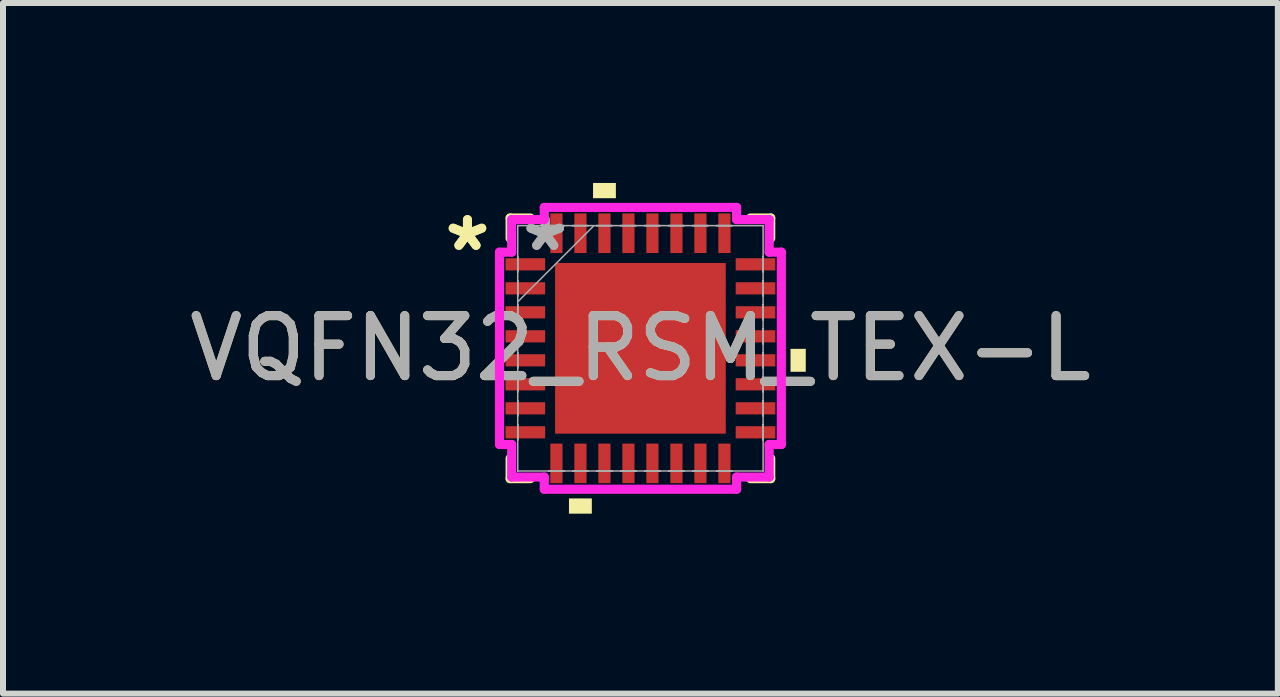
<source format=kicad_pcb>
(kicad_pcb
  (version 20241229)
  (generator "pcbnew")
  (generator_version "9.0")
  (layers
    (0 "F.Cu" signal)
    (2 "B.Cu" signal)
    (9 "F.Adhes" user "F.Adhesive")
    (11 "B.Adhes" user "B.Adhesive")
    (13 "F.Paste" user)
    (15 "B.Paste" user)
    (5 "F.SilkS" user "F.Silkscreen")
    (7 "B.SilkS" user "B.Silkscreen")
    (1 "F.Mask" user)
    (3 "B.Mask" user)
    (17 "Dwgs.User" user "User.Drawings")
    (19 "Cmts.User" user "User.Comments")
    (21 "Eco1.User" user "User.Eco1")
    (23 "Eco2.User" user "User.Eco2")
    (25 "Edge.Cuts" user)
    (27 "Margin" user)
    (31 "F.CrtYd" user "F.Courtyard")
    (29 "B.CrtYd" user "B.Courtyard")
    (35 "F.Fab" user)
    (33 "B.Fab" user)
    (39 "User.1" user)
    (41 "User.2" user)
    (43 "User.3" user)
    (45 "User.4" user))
  (footprint "VQFN32_RSM_TEX-L"
    (layer "F.Cu")
    (at 7.625 2.756)
    (property "Reference" "VQFN32_RSM_TEX-L" (at 0 0 0) (unlocked yes) (layer "F.SilkS") (effects (font (size 1 1) (thickness 0.15))))
    (attr smd)
    (fp_line (start -2.172 -2.172) (end -2.172 -1.834) (stroke (width 0.152) (type solid)) (layer "F.SilkS"))
    (fp_line (start -2.172 1.834) (end -2.172 2.172) (stroke (width 0.152) (type solid)) (layer "F.SilkS"))
    (fp_line (start -2.172 2.172) (end -1.834 2.172) (stroke (width 0.152) (type solid)) (layer "F.SilkS"))
    (fp_line (start -1.834 -2.172) (end -2.172 -2.172) (stroke (width 0.152) (type solid)) (layer "F.SilkS"))
    (fp_line (start 1.834 2.172) (end 2.172 2.172) (stroke (width 0.152) (type solid)) (layer "F.SilkS"))
    (fp_line (start 2.172 -2.172) (end 1.834 -2.172) (stroke (width 0.152) (type solid)) (layer "F.SilkS"))
    (fp_line (start 2.172 -1.834) (end 2.172 -2.172) (stroke (width 0.152) (type solid)) (layer "F.SilkS"))
    (fp_line (start 2.172 2.172) (end 2.172 1.834) (stroke (width 0.152) (type solid)) (layer "F.SilkS"))
    (fp_poly (pts (xy -1.191 2.502) (xy -1.191 2.756) (xy -0.81 2.756) (xy -0.81 2.502)) (stroke (width 0) (type solid)) (fill yes) (layer "F.SilkS"))
    (fp_poly (pts (xy -0.79 -2.502) (xy -0.79 -2.756) (xy -0.409 -2.756) (xy -0.409 -2.502)) (stroke (width 0) (type solid)) (fill yes) (layer "F.SilkS"))
    (fp_poly (pts (xy 2.756 0.009) (xy 2.756 0.391) (xy 2.502 0.391) (xy 2.502 0.009)) (stroke (width 0) (type solid)) (fill yes) (layer "F.SilkS"))
    (fp_poly (pts (xy -1.322 -1.322) (xy -1.322 -0.1) (xy -0.1 -0.1) (xy -0.1 -1.322)) (stroke (width 0) (type solid)) (fill yes) (layer "F.Paste"))
    (fp_poly (pts (xy -1.322 0.1) (xy -1.322 1.322) (xy -0.1 1.322) (xy -0.1 0.1)) (stroke (width 0) (type solid)) (fill yes) (layer "F.Paste"))
    (fp_poly (pts (xy 0.1 -1.322) (xy 0.1 -0.1) (xy 1.322 -0.1) (xy 1.322 -1.322)) (stroke (width 0) (type solid)) (fill yes) (layer "F.Paste"))
    (fp_poly (pts (xy 0.1 0.1) (xy 0.1 1.322) (xy 1.322 1.322) (xy 1.322 0.1)) (stroke (width 0) (type solid)) (fill yes) (layer "F.Paste"))
    (fp_line (start -2.349 -1.603) (end -2.146 -1.603) (stroke (width 0.152) (type solid)) (layer "F.CrtYd"))
    (fp_line (start -2.349 1.603) (end -2.349 -1.603) (stroke (width 0.152) (type solid)) (layer "F.CrtYd"))
    (fp_line (start -2.146 -2.146) (end -1.603 -2.146) (stroke (width 0.152) (type solid)) (layer "F.CrtYd"))
    (fp_line (start -2.146 -1.603) (end -2.146 -2.146) (stroke (width 0.152) (type solid)) (layer "F.CrtYd"))
    (fp_line (start -2.146 1.603) (end -2.349 1.603) (stroke (width 0.152) (type solid)) (layer "F.CrtYd"))
    (fp_line (start -2.146 2.146) (end -2.146 1.603) (stroke (width 0.152) (type solid)) (layer "F.CrtYd"))
    (fp_line (start -1.603 -2.349) (end 1.603 -2.349) (stroke (width 0.152) (type solid)) (layer "F.CrtYd"))
    (fp_line (start -1.603 -2.146) (end -1.603 -2.349) (stroke (width 0.152) (type solid)) (layer "F.CrtYd"))
    (fp_line (start -1.603 2.146) (end -2.146 2.146) (stroke (width 0.152) (type solid)) (layer "F.CrtYd"))
    (fp_line (start -1.603 2.349) (end -1.603 2.146) (stroke (width 0.152) (type solid)) (layer "F.CrtYd"))
    (fp_line (start 1.603 -2.349) (end 1.603 -2.146) (stroke (width 0.152) (type solid)) (layer "F.CrtYd"))
    (fp_line (start 1.603 -2.146) (end 2.146 -2.146) (stroke (width 0.152) (type solid)) (layer "F.CrtYd"))
    (fp_line (start 1.603 2.146) (end 1.603 2.349) (stroke (width 0.152) (type solid)) (layer "F.CrtYd"))
    (fp_line (start 1.603 2.349) (end -1.603 2.349) (stroke (width 0.152) (type solid)) (layer "F.CrtYd"))
    (fp_line (start 2.146 -2.146) (end 2.146 -1.603) (stroke (width 0.152) (type solid)) (layer "F.CrtYd"))
    (fp_line (start 2.146 -1.603) (end 2.349 -1.603) (stroke (width 0.152) (type solid)) (layer "F.CrtYd"))
    (fp_line (start 2.146 1.603) (end 2.146 2.146) (stroke (width 0.152) (type solid)) (layer "F.CrtYd"))
    (fp_line (start 2.146 2.146) (end 1.603 2.146) (stroke (width 0.152) (type solid)) (layer "F.CrtYd"))
    (fp_line (start 2.349 -1.603) (end 2.349 1.603) (stroke (width 0.152) (type solid)) (layer "F.CrtYd"))
    (fp_line (start 2.349 1.603) (end 2.146 1.603) (stroke (width 0.152) (type solid)) (layer "F.CrtYd"))
    (fp_line (start -2.045 -2.045) (end -2.045 -2.045) (stroke (width 0.025) (type solid)) (layer "F.Fab"))
    (fp_line (start -2.045 -2.045) (end -2.045 2.045) (stroke (width 0.025) (type solid)) (layer "F.Fab"))
    (fp_line (start -2.045 -1.527) (end -2.045 -1.527) (stroke (width 0.025) (type solid)) (layer "F.Fab"))
    (fp_line (start -2.045 -1.527) (end -2.045 -1.273) (stroke (width 0.025) (type solid)) (layer "F.Fab"))
    (fp_line (start -2.045 -1.273) (end -2.045 -1.527) (stroke (width 0.025) (type solid)) (layer "F.Fab"))
    (fp_line (start -2.045 -1.273) (end -2.045 -1.273) (stroke (width 0.025) (type solid)) (layer "F.Fab"))
    (fp_line (start -2.045 -1.127) (end -2.045 -1.127) (stroke (width 0.025) (type solid)) (layer "F.Fab"))
    (fp_line (start -2.045 -1.127) (end -2.045 -0.873) (stroke (width 0.025) (type solid)) (layer "F.Fab"))
    (fp_line (start -2.045 -0.873) (end -2.045 -1.127) (stroke (width 0.025) (type solid)) (layer "F.Fab"))
    (fp_line (start -2.045 -0.873) (end -2.045 -0.873) (stroke (width 0.025) (type solid)) (layer "F.Fab"))
    (fp_line (start -2.045 -0.775) (end -0.775 -2.045) (stroke (width 0.025) (type solid)) (layer "F.Fab"))
    (fp_line (start -2.045 -0.727) (end -2.045 -0.727) (stroke (width 0.025) (type solid)) (layer "F.Fab"))
    (fp_line (start -2.045 -0.727) (end -2.045 -0.473) (stroke (width 0.025) (type solid)) (layer "F.Fab"))
    (fp_line (start -2.045 -0.473) (end -2.045 -0.727) (stroke (width 0.025) (type solid)) (layer "F.Fab"))
    (fp_line (start -2.045 -0.473) (end -2.045 -0.473) (stroke (width 0.025) (type solid)) (layer "F.Fab"))
    (fp_line (start -2.045 -0.327) (end -2.045 -0.327) (stroke (width 0.025) (type solid)) (layer "F.Fab"))
    (fp_line (start -2.045 -0.327) (end -2.045 -0.073) (stroke (width 0.025) (type solid)) (layer "F.Fab"))
    (fp_line (start -2.045 -0.073) (end -2.045 -0.327) (stroke (width 0.025) (type solid)) (layer "F.Fab"))
    (fp_line (start -2.045 -0.073) (end -2.045 -0.073) (stroke (width 0.025) (type solid)) (layer "F.Fab"))
    (fp_line (start -2.045 0.073) (end -2.045 0.073) (stroke (width 0.025) (type solid)) (layer "F.Fab"))
    (fp_line (start -2.045 0.073) (end -2.045 0.327) (stroke (width 0.025) (type solid)) (layer "F.Fab"))
    (fp_line (start -2.045 0.327) (end -2.045 0.073) (stroke (width 0.025) (type solid)) (layer "F.Fab"))
    (fp_line (start -2.045 0.327) (end -2.045 0.327) (stroke (width 0.025) (type solid)) (layer "F.Fab"))
    (fp_line (start -2.045 0.473) (end -2.045 0.473) (stroke (width 0.025) (type solid)) (layer "F.Fab"))
    (fp_line (start -2.045 0.473) (end -2.045 0.727) (stroke (width 0.025) (type solid)) (layer "F.Fab"))
    (fp_line (start -2.045 0.727) (end -2.045 0.473) (stroke (width 0.025) (type solid)) (layer "F.Fab"))
    (fp_line (start -2.045 0.727) (end -2.045 0.727) (stroke (width 0.025) (type solid)) (layer "F.Fab"))
    (fp_line (start -2.045 0.873) (end -2.045 0.873) (stroke (width 0.025) (type solid)) (layer "F.Fab"))
    (fp_line (start -2.045 0.873) (end -2.045 1.127) (stroke (width 0.025) (type solid)) (layer "F.Fab"))
    (fp_line (start -2.045 1.127) (end -2.045 0.873) (stroke (width 0.025) (type solid)) (layer "F.Fab"))
    (fp_line (start -2.045 1.127) (end -2.045 1.127) (stroke (width 0.025) (type solid)) (layer "F.Fab"))
    (fp_line (start -2.045 1.273) (end -2.045 1.273) (stroke (width 0.025) (type solid)) (layer "F.Fab"))
    (fp_line (start -2.045 1.273) (end -2.045 1.527) (stroke (width 0.025) (type solid)) (layer "F.Fab"))
    (fp_line (start -2.045 1.527) (end -2.045 1.273) (stroke (width 0.025) (type solid)) (layer "F.Fab"))
    (fp_line (start -2.045 1.527) (end -2.045 1.527) (stroke (width 0.025) (type solid)) (layer "F.Fab"))
    (fp_line (start -2.045 2.045) (end -2.045 2.045) (stroke (width 0.025) (type solid)) (layer "F.Fab"))
    (fp_line (start -2.045 2.045) (end 2.045 2.045) (stroke (width 0.025) (type solid)) (layer "F.Fab"))
    (fp_line (start -1.527 -2.045) (end -1.527 -2.045) (stroke (width 0.025) (type solid)) (layer "F.Fab"))
    (fp_line (start -1.527 -2.045) (end -1.273 -2.045) (stroke (width 0.025) (type solid)) (layer "F.Fab"))
    (fp_line (start -1.527 2.045) (end -1.527 2.045) (stroke (width 0.025) (type solid)) (layer "F.Fab"))
    (fp_line (start -1.527 2.045) (end -1.273 2.045) (stroke (width 0.025) (type solid)) (layer "F.Fab"))
    (fp_line (start -1.273 -2.045) (end -1.527 -2.045) (stroke (width 0.025) (type solid)) (layer "F.Fab"))
    (fp_line (start -1.273 -2.045) (end -1.273 -2.045) (stroke (width 0.025) (type solid)) (layer "F.Fab"))
    (fp_line (start -1.273 2.045) (end -1.527 2.045) (stroke (width 0.025) (type solid)) (layer "F.Fab"))
    (fp_line (start -1.273 2.045) (end -1.273 2.045) (stroke (width 0.025) (type solid)) (layer "F.Fab"))
    (fp_line (start -1.127 -2.045) (end -1.127 -2.045) (stroke (width 0.025) (type solid)) (layer "F.Fab"))
    (fp_line (start -1.127 -2.045) (end -0.873 -2.045) (stroke (width 0.025) (type solid)) (layer "F.Fab"))
    (fp_line (start -1.127 2.045) (end -1.127 2.045) (stroke (width 0.025) (type solid)) (layer "F.Fab"))
    (fp_line (start -1.127 2.045) (end -0.873 2.045) (stroke (width 0.025) (type solid)) (layer "F.Fab"))
    (fp_line (start -0.873 -2.045) (end -1.127 -2.045) (stroke (width 0.025) (type solid)) (layer "F.Fab"))
    (fp_line (start -0.873 -2.045) (end -0.873 -2.045) (stroke (width 0.025) (type solid)) (layer "F.Fab"))
    (fp_line (start -0.873 2.045) (end -1.127 2.045) (stroke (width 0.025) (type solid)) (layer "F.Fab"))
    (fp_line (start -0.873 2.045) (end -0.873 2.045) (stroke (width 0.025) (type solid)) (layer "F.Fab"))
    (fp_line (start -0.727 -2.045) (end -0.727 -2.045) (stroke (width 0.025) (type solid)) (layer "F.Fab"))
    (fp_line (start -0.727 -2.045) (end -0.473 -2.045) (stroke (width 0.025) (type solid)) (layer "F.Fab"))
    (fp_line (start -0.727 2.045) (end -0.727 2.045) (stroke (width 0.025) (type solid)) (layer "F.Fab"))
    (fp_line (start -0.727 2.045) (end -0.473 2.045) (stroke (width 0.025) (type solid)) (layer "F.Fab"))
    (fp_line (start -0.473 -2.045) (end -0.727 -2.045) (stroke (width 0.025) (type solid)) (layer "F.Fab"))
    (fp_line (start -0.473 -2.045) (end -0.473 -2.045) (stroke (width 0.025) (type solid)) (layer "F.Fab"))
    (fp_line (start -0.473 2.045) (end -0.727 2.045) (stroke (width 0.025) (type solid)) (layer "F.Fab"))
    (fp_line (start -0.473 2.045) (end -0.473 2.045) (stroke (width 0.025) (type solid)) (layer "F.Fab"))
    (fp_line (start -0.327 -2.045) (end -0.327 -2.045) (stroke (width 0.025) (type solid)) (layer "F.Fab"))
    (fp_line (start -0.327 -2.045) (end -0.073 -2.045) (stroke (width 0.025) (type solid)) (layer "F.Fab"))
    (fp_line (start -0.327 2.045) (end -0.327 2.045) (stroke (width 0.025) (type solid)) (layer "F.Fab"))
    (fp_line (start -0.327 2.045) (end -0.073 2.045) (stroke (width 0.025) (type solid)) (layer "F.Fab"))
    (fp_line (start -0.073 -2.045) (end -0.327 -2.045) (stroke (width 0.025) (type solid)) (layer "F.Fab"))
    (fp_line (start -0.073 -2.045) (end -0.073 -2.045) (stroke (width 0.025) (type solid)) (layer "F.Fab"))
    (fp_line (start -0.073 2.045) (end -0.327 2.045) (stroke (width 0.025) (type solid)) (layer "F.Fab"))
    (fp_line (start -0.073 2.045) (end -0.073 2.045) (stroke (width 0.025) (type solid)) (layer "F.Fab"))
    (fp_line (start 0.073 -2.045) (end 0.073 -2.045) (stroke (width 0.025) (type solid)) (layer "F.Fab"))
    (fp_line (start 0.073 -2.045) (end 0.327 -2.045) (stroke (width 0.025) (type solid)) (layer "F.Fab"))
    (fp_line (start 0.073 2.045) (end 0.073 2.045) (stroke (width 0.025) (type solid)) (layer "F.Fab"))
    (fp_line (start 0.073 2.045) (end 0.327 2.045) (stroke (width 0.025) (type solid)) (layer "F.Fab"))
    (fp_line (start 0.327 -2.045) (end 0.073 -2.045) (stroke (width 0.025) (type solid)) (layer "F.Fab"))
    (fp_line (start 0.327 -2.045) (end 0.327 -2.045) (stroke (width 0.025) (type solid)) (layer "F.Fab"))
    (fp_line (start 0.327 2.045) (end 0.073 2.045) (stroke (width 0.025) (type solid)) (layer "F.Fab"))
    (fp_line (start 0.327 2.045) (end 0.327 2.045) (stroke (width 0.025) (type solid)) (layer "F.Fab"))
    (fp_line (start 0.473 -2.045) (end 0.473 -2.045) (stroke (width 0.025) (type solid)) (layer "F.Fab"))
    (fp_line (start 0.473 -2.045) (end 0.727 -2.045) (stroke (width 0.025) (type solid)) (layer "F.Fab"))
    (fp_line (start 0.473 2.045) (end 0.473 2.045) (stroke (width 0.025) (type solid)) (layer "F.Fab"))
    (fp_line (start 0.473 2.045) (end 0.727 2.045) (stroke (width 0.025) (type solid)) (layer "F.Fab"))
    (fp_line (start 0.727 -2.045) (end 0.473 -2.045) (stroke (width 0.025) (type solid)) (layer "F.Fab"))
    (fp_line (start 0.727 -2.045) (end 0.727 -2.045) (stroke (width 0.025) (type solid)) (layer "F.Fab"))
    (fp_line (start 0.727 2.045) (end 0.473 2.045) (stroke (width 0.025) (type solid)) (layer "F.Fab"))
    (fp_line (start 0.727 2.045) (end 0.727 2.045) (stroke (width 0.025) (type solid)) (layer "F.Fab"))
    (fp_line (start 0.873 -2.045) (end 0.873 -2.045) (stroke (width 0.025) (type solid)) (layer "F.Fab"))
    (fp_line (start 0.873 -2.045) (end 1.127 -2.045) (stroke (width 0.025) (type solid)) (layer "F.Fab"))
    (fp_line (start 0.873 2.045) (end 0.873 2.045) (stroke (width 0.025) (type solid)) (layer "F.Fab"))
    (fp_line (start 0.873 2.045) (end 1.127 2.045) (stroke (width 0.025) (type solid)) (layer "F.Fab"))
    (fp_line (start 1.127 -2.045) (end 0.873 -2.045) (stroke (width 0.025) (type solid)) (layer "F.Fab"))
    (fp_line (start 1.127 -2.045) (end 1.127 -2.045) (stroke (width 0.025) (type solid)) (layer "F.Fab"))
    (fp_line (start 1.127 2.045) (end 0.873 2.045) (stroke (width 0.025) (type solid)) (layer "F.Fab"))
    (fp_line (start 1.127 2.045) (end 1.127 2.045) (stroke (width 0.025) (type solid)) (layer "F.Fab"))
    (fp_line (start 1.273 -2.045) (end 1.273 -2.045) (stroke (width 0.025) (type solid)) (layer "F.Fab"))
    (fp_line (start 1.273 -2.045) (end 1.527 -2.045) (stroke (width 0.025) (type solid)) (layer "F.Fab"))
    (fp_line (start 1.273 2.045) (end 1.273 2.045) (stroke (width 0.025) (type solid)) (layer "F.Fab"))
    (fp_line (start 1.273 2.045) (end 1.527 2.045) (stroke (width 0.025) (type solid)) (layer "F.Fab"))
    (fp_line (start 1.527 -2.045) (end 1.273 -2.045) (stroke (width 0.025) (type solid)) (layer "F.Fab"))
    (fp_line (start 1.527 -2.045) (end 1.527 -2.045) (stroke (width 0.025) (type solid)) (layer "F.Fab"))
    (fp_line (start 1.527 2.045) (end 1.273 2.045) (stroke (width 0.025) (type solid)) (layer "F.Fab"))
    (fp_line (start 1.527 2.045) (end 1.527 2.045) (stroke (width 0.025) (type solid)) (layer "F.Fab"))
    (fp_line (start 2.045 -2.045) (end -2.045 -2.045) (stroke (width 0.025) (type solid)) (layer "F.Fab"))
    (fp_line (start 2.045 -2.045) (end 2.045 -2.045) (stroke (width 0.025) (type solid)) (layer "F.Fab"))
    (fp_line (start 2.045 -1.527) (end 2.045 -1.527) (stroke (width 0.025) (type solid)) (layer "F.Fab"))
    (fp_line (start 2.045 -1.527) (end 2.045 -1.273) (stroke (width 0.025) (type solid)) (layer "F.Fab"))
    (fp_line (start 2.045 -1.273) (end 2.045 -1.527) (stroke (width 0.025) (type solid)) (layer "F.Fab"))
    (fp_line (start 2.045 -1.273) (end 2.045 -1.273) (stroke (width 0.025) (type solid)) (layer "F.Fab"))
    (fp_line (start 2.045 -1.127) (end 2.045 -1.127) (stroke (width 0.025) (type solid)) (layer "F.Fab"))
    (fp_line (start 2.045 -1.127) (end 2.045 -0.873) (stroke (width 0.025) (type solid)) (layer "F.Fab"))
    (fp_line (start 2.045 -0.873) (end 2.045 -1.127) (stroke (width 0.025) (type solid)) (layer "F.Fab"))
    (fp_line (start 2.045 -0.873) (end 2.045 -0.873) (stroke (width 0.025) (type solid)) (layer "F.Fab"))
    (fp_line (start 2.045 -0.727) (end 2.045 -0.727) (stroke (width 0.025) (type solid)) (layer "F.Fab"))
    (fp_line (start 2.045 -0.727) (end 2.045 -0.473) (stroke (width 0.025) (type solid)) (layer "F.Fab"))
    (fp_line (start 2.045 -0.473) (end 2.045 -0.727) (stroke (width 0.025) (type solid)) (layer "F.Fab"))
    (fp_line (start 2.045 -0.473) (end 2.045 -0.473) (stroke (width 0.025) (type solid)) (layer "F.Fab"))
    (fp_line (start 2.045 -0.327) (end 2.045 -0.327) (stroke (width 0.025) (type solid)) (layer "F.Fab"))
    (fp_line (start 2.045 -0.327) (end 2.045 -0.073) (stroke (width 0.025) (type solid)) (layer "F.Fab"))
    (fp_line (start 2.045 -0.073) (end 2.045 -0.327) (stroke (width 0.025) (type solid)) (layer "F.Fab"))
    (fp_line (start 2.045 -0.073) (end 2.045 -0.073) (stroke (width 0.025) (type solid)) (layer "F.Fab"))
    (fp_line (start 2.045 0.073) (end 2.045 0.073) (stroke (width 0.025) (type solid)) (layer "F.Fab"))
    (fp_line (start 2.045 0.073) (end 2.045 0.327) (stroke (width 0.025) (type solid)) (layer "F.Fab"))
    (fp_line (start 2.045 0.327) (end 2.045 0.073) (stroke (width 0.025) (type solid)) (layer "F.Fab"))
    (fp_line (start 2.045 0.327) (end 2.045 0.327) (stroke (width 0.025) (type solid)) (layer "F.Fab"))
    (fp_line (start 2.045 0.473) (end 2.045 0.473) (stroke (width 0.025) (type solid)) (layer "F.Fab"))
    (fp_line (start 2.045 0.473) (end 2.045 0.727) (stroke (width 0.025) (type solid)) (layer "F.Fab"))
    (fp_line (start 2.045 0.727) (end 2.045 0.473) (stroke (width 0.025) (type solid)) (layer "F.Fab"))
    (fp_line (start 2.045 0.727) (end 2.045 0.727) (stroke (width 0.025) (type solid)) (layer "F.Fab"))
    (fp_line (start 2.045 0.873) (end 2.045 0.873) (stroke (width 0.025) (type solid)) (layer "F.Fab"))
    (fp_line (start 2.045 0.873) (end 2.045 1.127) (stroke (width 0.025) (type solid)) (layer "F.Fab"))
    (fp_line (start 2.045 1.127) (end 2.045 0.873) (stroke (width 0.025) (type solid)) (layer "F.Fab"))
    (fp_line (start 2.045 1.127) (end 2.045 1.127) (stroke (width 0.025) (type solid)) (layer "F.Fab"))
    (fp_line (start 2.045 1.273) (end 2.045 1.273) (stroke (width 0.025) (type solid)) (layer "F.Fab"))
    (fp_line (start 2.045 1.273) (end 2.045 1.527) (stroke (width 0.025) (type solid)) (layer "F.Fab"))
    (fp_line (start 2.045 1.527) (end 2.045 1.273) (stroke (width 0.025) (type solid)) (layer "F.Fab"))
    (fp_line (start 2.045 1.527) (end 2.045 1.527) (stroke (width 0.025) (type solid)) (layer "F.Fab"))
    (fp_line (start 2.045 2.045) (end 2.045 -2.045) (stroke (width 0.025) (type solid)) (layer "F.Fab"))
    (fp_line (start 2.045 2.045) (end 2.045 2.045) (stroke (width 0.025) (type solid)) (layer "F.Fab"))
    (fp_text user "*" (at -2.883 -1.6 0) (unlocked yes) (layer "F.SilkS") (effects (font (size 1 1) (thickness 0.15))))
    (fp_text user "*" (at -2.883 -1.6 0) (layer "F.SilkS") (effects (font (size 1 1) (thickness 0.15))))
    (fp_text user "*" (at -1.587 -1.6 0) (layer "F.Fab") (effects (font (size 1 1) (thickness 0.15))))
    (fp_text user "*" (at -1.587 -1.6 0) (unlocked yes) (layer "F.Fab") (effects (font (size 1 1) (thickness 0.15))))
    (fp_text user "${REFERENCE}" (at 0 0 0) (unlocked yes) (layer "F.Fab") (effects (font (size 1 1) (thickness 0.15))))
    (pad "1" smd rect (at -1.918 -1.4 90) (size 0.203 0.66) (layers "F.Cu" "F.Mask" "F.Paste"))
    (pad "2" smd rect (at -1.918 -1 90) (size 0.203 0.66) (layers "F.Cu" "F.Mask" "F.Paste"))
    (pad "3" smd rect (at -1.918 -0.6 90) (size 0.203 0.66) (layers "F.Cu" "F.Mask" "F.Paste"))
    (pad "4" smd rect (at -1.918 -0.2 90) (size 0.203 0.66) (layers "F.Cu" "F.Mask" "F.Paste"))
    (pad "5" smd rect (at -1.918 0.2 90) (size 0.203 0.66) (layers "F.Cu" "F.Mask" "F.Paste"))
    (pad "6" smd rect (at -1.918 0.6 90) (size 0.203 0.66) (layers "F.Cu" "F.Mask" "F.Paste"))
    (pad "7" smd rect (at -1.918 1 90) (size 0.203 0.66) (layers "F.Cu" "F.Mask" "F.Paste"))
    (pad "8" smd rect (at -1.918 1.4 90) (size 0.203 0.66) (layers "F.Cu" "F.Mask" "F.Paste"))
    (pad "9" smd rect (at -1.4 1.918) (size 0.203 0.66) (layers "F.Cu" "F.Mask" "F.Paste"))
    (pad "10" smd rect (at -1 1.918) (size 0.203 0.66) (layers "F.Cu" "F.Mask" "F.Paste"))
    (pad "11" smd rect (at -0.6 1.918) (size 0.203 0.66) (layers "F.Cu" "F.Mask" "F.Paste"))
    (pad "12" smd rect (at -0.2 1.918) (size 0.203 0.66) (layers "F.Cu" "F.Mask" "F.Paste"))
    (pad "13" smd rect (at 0.2 1.918) (size 0.203 0.66) (layers "F.Cu" "F.Mask" "F.Paste"))
    (pad "14" smd rect (at 0.6 1.918) (size 0.203 0.66) (layers "F.Cu" "F.Mask" "F.Paste"))
    (pad "15" smd rect (at 1 1.918) (size 0.203 0.66) (layers "F.Cu" "F.Mask" "F.Paste"))
    (pad "16" smd rect (at 1.4 1.918) (size 0.203 0.66) (layers "F.Cu" "F.Mask" "F.Paste"))
    (pad "17" smd rect (at 1.918 1.4 90) (size 0.203 0.66) (layers "F.Cu" "F.Mask" "F.Paste"))
    (pad "18" smd rect (at 1.918 1 90) (size 0.203 0.66) (layers "F.Cu" "F.Mask" "F.Paste"))
    (pad "19" smd rect (at 1.918 0.6 90) (size 0.203 0.66) (layers "F.Cu" "F.Mask" "F.Paste"))
    (pad "20" smd rect (at 1.918 0.2 90) (size 0.203 0.66) (layers "F.Cu" "F.Mask" "F.Paste"))
    (pad "21" smd rect (at 1.918 -0.2 90) (size 0.203 0.66) (layers "F.Cu" "F.Mask" "F.Paste"))
    (pad "22" smd rect (at 1.918 -0.6 90) (size 0.203 0.66) (layers "F.Cu" "F.Mask" "F.Paste"))
    (pad "23" smd rect (at 1.918 -1 90) (size 0.203 0.66) (layers "F.Cu" "F.Mask" "F.Paste"))
    (pad "24" smd rect (at 1.918 -1.4 90) (size 0.203 0.66) (layers "F.Cu" "F.Mask" "F.Paste"))
    (pad "25" smd rect (at 1.4 -1.918) (size 0.203 0.66) (layers "F.Cu" "F.Mask" "F.Paste"))
    (pad "26" smd rect (at 1 -1.918) (size 0.203 0.66) (layers "F.Cu" "F.Mask" "F.Paste"))
    (pad "27" smd rect (at 0.6 -1.918) (size 0.203 0.66) (layers "F.Cu" "F.Mask" "F.Paste"))
    (pad "28" smd rect (at 0.2 -1.918) (size 0.203 0.66) (layers "F.Cu" "F.Mask" "F.Paste"))
    (pad "29" smd rect (at -0.2 -1.918) (size 0.203 0.66) (layers "F.Cu" "F.Mask" "F.Paste"))
    (pad "30" smd rect (at -0.6 -1.918) (size 0.203 0.66) (layers "F.Cu" "F.Mask" "F.Paste"))
    (pad "31" smd rect (at -1 -1.918) (size 0.203 0.66) (layers "F.Cu" "F.Mask" "F.Paste"))
    (pad "32" smd rect (at -1.4 -1.918) (size 0.203 0.66) (layers "F.Cu" "F.Mask" "F.Paste"))
    (pad "33" smd rect (at 0 0) (size 2.845 2.845) (layers "F.Cu" "F.Mask" "F.Paste")))
  (gr_rect
    (start -3 -3)
    (end 18.25 8.512)
    (stroke (width 0.1) (type default))
    (fill no)
    (layer "Edge.Cuts")))
</source>
